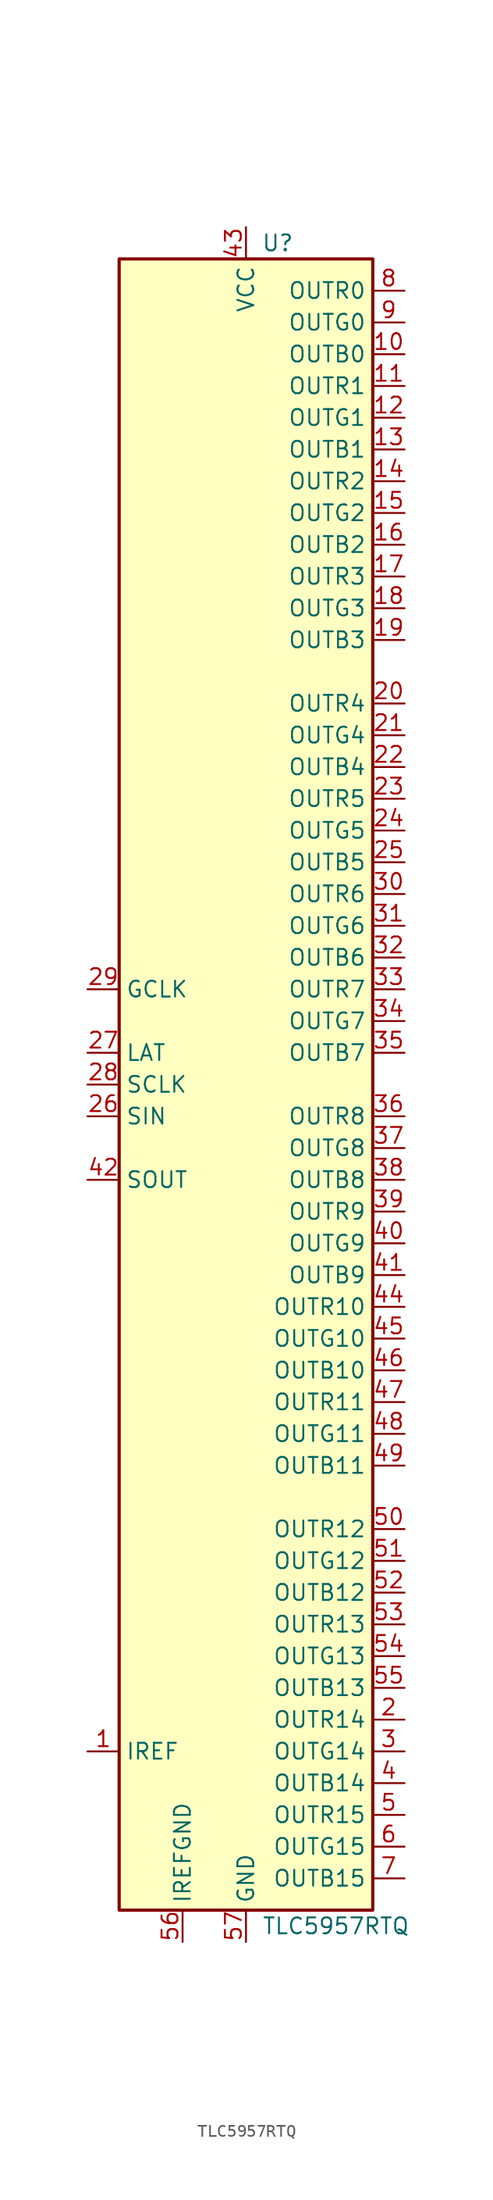
<source format=kicad_sym>
(kicad_symbol_lib
  (version 20211014)
  (generator kicad_symbol_editor)
  (symbol "TLC5957RTQ"
    (property "Reference" "U"
      (at 2.54 67.31 0)
      (effects (font (size 1.27 1.27))))
    (property "Value" "TLC5957RTQ"
      (at 1.27 -67.31 0)
      (effects (font (size 1.27 1.27)) (justify left)))
    (symbol "TLC5957RTQ_0_1"
      (rectangle (start -10.16 66.04) (end 10.16 -66.04) (stroke (width 0.254) (type default) (color 0 0 0 0)) (fill (type background)))
      (pin passive line (at -12.7 -53.34 0) (length 2.54) (name "IREF" (effects (font (size 1.27 1.27)))) (number "1" (effects (font (size 1.27 1.27)))))
      (pin open_collector line (at 12.7 58.42 180) (length 2.54) (name "OUTB0" (effects (font (size 1.27 1.27)))) (number "10" (effects (font (size 1.27 1.27)))))
      (pin open_collector line (at 12.7 55.88 180) (length 2.54) (name "OUTR1" (effects (font (size 1.27 1.27)))) (number "11" (effects (font (size 1.27 1.27)))))
      (pin open_collector line (at 12.7 53.34 180) (length 2.54) (name "OUTG1" (effects (font (size 1.27 1.27)))) (number "12" (effects (font (size 1.27 1.27)))))
      (pin open_collector line (at 12.7 50.8 180) (length 2.54) (name "OUTB1" (effects (font (size 1.27 1.27)))) (number "13" (effects (font (size 1.27 1.27)))))
      (pin open_collector line (at 12.7 48.26 180) (length 2.54) (name "OUTR2" (effects (font (size 1.27 1.27)))) (number "14" (effects (font (size 1.27 1.27)))))
      (pin open_collector line (at 12.7 45.72 180) (length 2.54) (name "OUTG2" (effects (font (size 1.27 1.27)))) (number "15" (effects (font (size 1.27 1.27)))))
      (pin open_collector line (at 12.7 43.18 180) (length 2.54) (name "OUTB2" (effects (font (size 1.27 1.27)))) (number "16" (effects (font (size 1.27 1.27)))))
      (pin open_collector line (at 12.7 40.64 180) (length 2.54) (name "OUTR3" (effects (font (size 1.27 1.27)))) (number "17" (effects (font (size 1.27 1.27)))))
      (pin open_collector line (at 12.7 38.1 180) (length 2.54) (name "OUTG3" (effects (font (size 1.27 1.27)))) (number "18" (effects (font (size 1.27 1.27)))))
      (pin open_collector line (at 12.7 35.56 180) (length 2.54) (name "OUTB3" (effects (font (size 1.27 1.27)))) (number "19" (effects (font (size 1.27 1.27)))))
      (pin open_collector line (at 12.7 -50.8 180) (length 2.54) (name "OUTR14" (effects (font (size 1.27 1.27)))) (number "2" (effects (font (size 1.27 1.27)))))
      (pin open_collector line (at 12.7 30.48 180) (length 2.54) (name "OUTR4" (effects (font (size 1.27 1.27)))) (number "20" (effects (font (size 1.27 1.27)))))
      (pin open_collector line (at 12.7 27.94 180) (length 2.54) (name "OUTG4" (effects (font (size 1.27 1.27)))) (number "21" (effects (font (size 1.27 1.27)))))
      (pin open_collector line (at 12.7 25.4 180) (length 2.54) (name "OUTB4" (effects (font (size 1.27 1.27)))) (number "22" (effects (font (size 1.27 1.27)))))
      (pin open_collector line (at 12.7 22.86 180) (length 2.54) (name "OUTR5" (effects (font (size 1.27 1.27)))) (number "23" (effects (font (size 1.27 1.27)))))
      (pin open_collector line (at 12.7 20.32 180) (length 2.54) (name "OUTG5" (effects (font (size 1.27 1.27)))) (number "24" (effects (font (size 1.27 1.27)))))
      (pin open_collector line (at 12.7 17.78 180) (length 2.54) (name "OUTB5" (effects (font (size 1.27 1.27)))) (number "25" (effects (font (size 1.27 1.27)))))
      (pin input line (at -12.7 -2.54 0) (length 2.54) (name "SIN" (effects (font (size 1.27 1.27)))) (number "26" (effects (font (size 1.27 1.27)))))
      (pin input line (at -12.7 2.54 0) (length 2.54) (name "LAT" (effects (font (size 1.27 1.27)))) (number "27" (effects (font (size 1.27 1.27)))))
      (pin input line (at -12.7 0 0) (length 2.54) (name "SCLK" (effects (font (size 1.27 1.27)))) (number "28" (effects (font (size 1.27 1.27)))))
      (pin input line (at -12.7 7.62 0) (length 2.54) (name "GCLK" (effects (font (size 1.27 1.27)))) (number "29" (effects (font (size 1.27 1.27)))))
      (pin open_collector line (at 12.7 -53.34 180) (length 2.54) (name "OUTG14" (effects (font (size 1.27 1.27)))) (number "3" (effects (font (size 1.27 1.27)))))
      (pin open_collector line (at 12.7 15.24 180) (length 2.54) (name "OUTR6" (effects (font (size 1.27 1.27)))) (number "30" (effects (font (size 1.27 1.27)))))
      (pin open_collector line (at 12.7 12.7 180) (length 2.54) (name "OUTG6" (effects (font (size 1.27 1.27)))) (number "31" (effects (font (size 1.27 1.27)))))
      (pin open_collector line (at 12.7 10.16 180) (length 2.54) (name "OUTB6" (effects (font (size 1.27 1.27)))) (number "32" (effects (font (size 1.27 1.27)))))
      (pin open_collector line (at 12.7 7.62 180) (length 2.54) (name "OUTR7" (effects (font (size 1.27 1.27)))) (number "33" (effects (font (size 1.27 1.27)))))
      (pin open_collector line (at 12.7 5.08 180) (length 2.54) (name "OUTG7" (effects (font (size 1.27 1.27)))) (number "34" (effects (font (size 1.27 1.27)))))
      (pin open_collector line (at 12.7 2.54 180) (length 2.54) (name "OUTB7" (effects (font (size 1.27 1.27)))) (number "35" (effects (font (size 1.27 1.27)))))
      (pin open_collector line (at 12.7 -2.54 180) (length 2.54) (name "OUTR8" (effects (font (size 1.27 1.27)))) (number "36" (effects (font (size 1.27 1.27)))))
      (pin open_collector line (at 12.7 -5.08 180) (length 2.54) (name "OUTG8" (effects (font (size 1.27 1.27)))) (number "37" (effects (font (size 1.27 1.27)))))
      (pin open_collector line (at 12.7 -7.62 180) (length 2.54) (name "OUTB8" (effects (font (size 1.27 1.27)))) (number "38" (effects (font (size 1.27 1.27)))))
      (pin open_collector line (at 12.7 -10.16 180) (length 2.54) (name "OUTR9" (effects (font (size 1.27 1.27)))) (number "39" (effects (font (size 1.27 1.27)))))
      (pin open_collector line (at 12.7 -55.88 180) (length 2.54) (name "OUTB14" (effects (font (size 1.27 1.27)))) (number "4" (effects (font (size 1.27 1.27)))))
      (pin open_collector line (at 12.7 -12.7 180) (length 2.54) (name "OUTG9" (effects (font (size 1.27 1.27)))) (number "40" (effects (font (size 1.27 1.27)))))
      (pin open_collector line (at 12.7 -15.24 180) (length 2.54) (name "OUTB9" (effects (font (size 1.27 1.27)))) (number "41" (effects (font (size 1.27 1.27)))))
      (pin power_in line (at 0 68.58 270) (length 2.54) (name "VCC" (effects (font (size 1.27 1.27)))) (number "43" (effects (font (size 1.27 1.27)))))
      (pin open_collector line (at 12.7 -17.78 180) (length 2.54) (name "OUTR10" (effects (font (size 1.27 1.27)))) (number "44" (effects (font (size 1.27 1.27)))))
      (pin open_collector line (at 12.7 -20.32 180) (length 2.54) (name "OUTG10" (effects (font (size 1.27 1.27)))) (number "45" (effects (font (size 1.27 1.27)))))
      (pin open_collector line (at 12.7 -22.86 180) (length 2.54) (name "OUTB10" (effects (font (size 1.27 1.27)))) (number "46" (effects (font (size 1.27 1.27)))))
      (pin open_collector line (at 12.7 -25.4 180) (length 2.54) (name "OUTR11" (effects (font (size 1.27 1.27)))) (number "47" (effects (font (size 1.27 1.27)))))
      (pin open_collector line (at 12.7 -27.94 180) (length 2.54) (name "OUTG11" (effects (font (size 1.27 1.27)))) (number "48" (effects (font (size 1.27 1.27)))))
      (pin open_collector line (at 12.7 -30.48 180) (length 2.54) (name "OUTB11" (effects (font (size 1.27 1.27)))) (number "49" (effects (font (size 1.27 1.27)))))
      (pin open_collector line (at 12.7 -58.42 180) (length 2.54) (name "OUTR15" (effects (font (size 1.27 1.27)))) (number "5" (effects (font (size 1.27 1.27)))))
      (pin open_collector line (at 12.7 -35.56 180) (length 2.54) (name "OUTR12" (effects (font (size 1.27 1.27)))) (number "50" (effects (font (size 1.27 1.27)))))
      (pin open_collector line (at 12.7 -38.1 180) (length 2.54) (name "OUTG12" (effects (font (size 1.27 1.27)))) (number "51" (effects (font (size 1.27 1.27)))))
      (pin open_collector line (at 12.7 -40.64 180) (length 2.54) (name "OUTB12" (effects (font (size 1.27 1.27)))) (number "52" (effects (font (size 1.27 1.27)))))
      (pin open_collector line (at 12.7 -43.18 180) (length 2.54) (name "OUTR13" (effects (font (size 1.27 1.27)))) (number "53" (effects (font (size 1.27 1.27)))))
      (pin open_collector line (at 12.7 -45.72 180) (length 2.54) (name "OUTG13" (effects (font (size 1.27 1.27)))) (number "54" (effects (font (size 1.27 1.27)))))
      (pin open_collector line (at 12.7 -48.26 180) (length 2.54) (name "OUTB13" (effects (font (size 1.27 1.27)))) (number "55" (effects (font (size 1.27 1.27)))))
      (pin power_in line (at -5.08 -68.58 90) (length 2.54) (name "IREFGND" (effects (font (size 1.27 1.27)))) (number "56" (effects (font (size 1.27 1.27)))))
      (pin power_in line (at 0 -68.58 90) (length 2.54) (name "GND" (effects (font (size 1.27 1.27)))) (number "57" (effects (font (size 1.27 1.27)))))
      (pin open_collector line (at 12.7 -60.96 180) (length 2.54) (name "OUTG15" (effects (font (size 1.27 1.27)))) (number "6" (effects (font (size 1.27 1.27)))))
      (pin open_collector line (at 12.7 -63.5 180) (length 2.54) (name "OUTB15" (effects (font (size 1.27 1.27)))) (number "7" (effects (font (size 1.27 1.27)))))
      (pin open_collector line (at 12.7 63.5 180) (length 2.54) (name "OUTR0" (effects (font (size 1.27 1.27)))) (number "8" (effects (font (size 1.27 1.27)))))
      (pin open_collector line (at 12.7 60.96 180) (length 2.54) (name "OUTG0" (effects (font (size 1.27 1.27)))) (number "9" (effects (font (size 1.27 1.27))))))
    (symbol "TLC5957RTQ_1_1"
      (pin output line (at -12.7 -7.62 0) (length 2.54) (name "SOUT" (effects (font (size 1.27 1.27)))) (number "42" (effects (font (size 1.27 1.27))))))))
</source>
